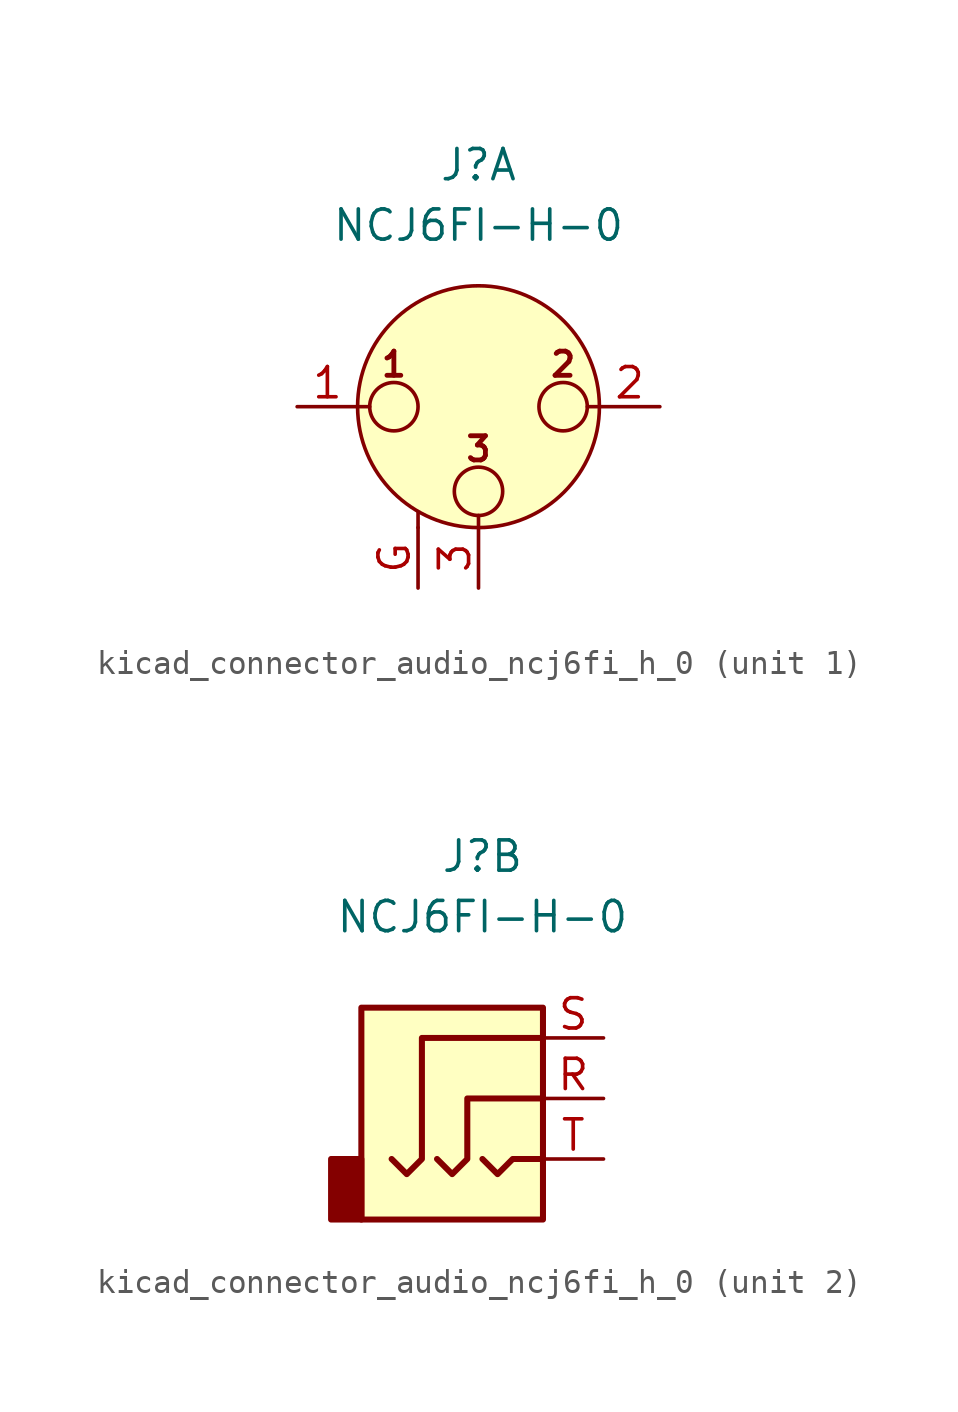
<source format=kicad_sym>
(kicad_symbol_lib
  (version 20220914)
  (generator kicad_symbol_editor)
  (symbol "kicad_connector_audio_ncj6fi_h_0"
    (pin_names hide)
    (property "Reference" "J"
      (at 0 10.16 0)
      (effects (font (size 1.27 1.27))))
    (property "Value" "NCJ6FI-H-0"
      (at 0 7.62 0)
      (effects (font (size 1.27 1.27))))
    (symbol "kicad_connector_audio_ncj6fi_h_0_1_1"
      (circle (center -3.556 0) (radius 1.016) (stroke (width 0) (type default)) (fill (type none)))
      (circle (center 0 -3.556) (radius 1.016) (stroke (width 0) (type default)) (fill (type none)))
      (polyline (pts (xy -5.08 0) (xy -4.572 0)) (stroke (width 0) (type default)) (fill (type none)))
      (polyline (pts (xy -2.54 -5.08) (xy -2.54 -4.445)) (stroke (width 0) (type default)) (fill (type none)))
      (polyline (pts (xy 0 -5.08) (xy 0 -4.572)) (stroke (width 0) (type default)) (fill (type none)))
      (polyline (pts (xy 5.08 0) (xy 4.572 0)) (stroke (width 0) (type default)) (fill (type none)))
      (circle (center 0 0) (radius 5.08) (stroke (width 0) (type default)) (fill (type background)))
      (circle (center 3.556 0) (radius 1.016) (stroke (width 0) (type default)) (fill (type none)))
      (text "1" (at -3.556 1.778 0) (effects (font (size 1.016 1.016) bold)))
      (text "2" (at 3.556 1.778 0) (effects (font (size 1.016 1.016) bold)))
      (text "3" (at 0 -1.778 0) (effects (font (size 1.016 1.016) bold)))
      (pin passive line (at -7.62 0 0) (length 2.54) (name "~" (effects (font (size 1.27 1.27)))) (number "1" (effects (font (size 1.27 1.27)))))
      (pin passive line (at 7.62 0 180) (length 2.54) (name "~" (effects (font (size 1.27 1.27)))) (number "2" (effects (font (size 1.27 1.27)))))
      (pin passive line (at 0 -7.62 90) (length 2.54) (name "~" (effects (font (size 1.27 1.27)))) (number "3" (effects (font (size 1.27 1.27)))))
      (pin passive line (at -2.54 -7.62 90) (length 2.54) (name "~" (effects (font (size 1.27 1.27)))) (number "G" (effects (font (size 1.27 1.27))))))
    (symbol "kicad_connector_audio_ncj6fi_h_0_2_1"
      (rectangle (start -5.08 -2.54) (end -6.35 -5.08) (stroke (width 0.254) (type default)) (fill (type outline)))
      (polyline (pts (xy 0 -2.54) (xy 0.635 -3.175) (xy 1.27 -2.54) (xy 2.54 -2.54)) (stroke (width 0.254) (type default)) (fill (type none)))
      (polyline (pts (xy -1.905 -2.54) (xy -1.27 -3.175) (xy -0.635 -2.54) (xy -0.635 0) (xy 2.54 0)) (stroke (width 0.254) (type default)) (fill (type none)))
      (polyline (pts (xy 2.54 2.54) (xy -2.54 2.54) (xy -2.54 -2.54) (xy -3.175 -3.175) (xy -3.81 -2.54)) (stroke (width 0.254) (type default)) (fill (type none)))
      (rectangle (start 2.54 3.81) (end -5.08 -5.08) (stroke (width 0.254) (type default)) (fill (type background)))
      (pin passive line (at 5.08 0 180) (length 2.54) (name "~" (effects (font (size 1.27 1.27)))) (number "R" (effects (font (size 1.27 1.27)))))
      (pin passive line (at 5.08 2.54 180) (length 2.54) (name "~" (effects (font (size 1.27 1.27)))) (number "S" (effects (font (size 1.27 1.27)))))
      (pin passive line (at 5.08 -2.54 180) (length 2.54) (name "~" (effects (font (size 1.27 1.27)))) (number "T" (effects (font (size 1.27 1.27))))))))
</source>
